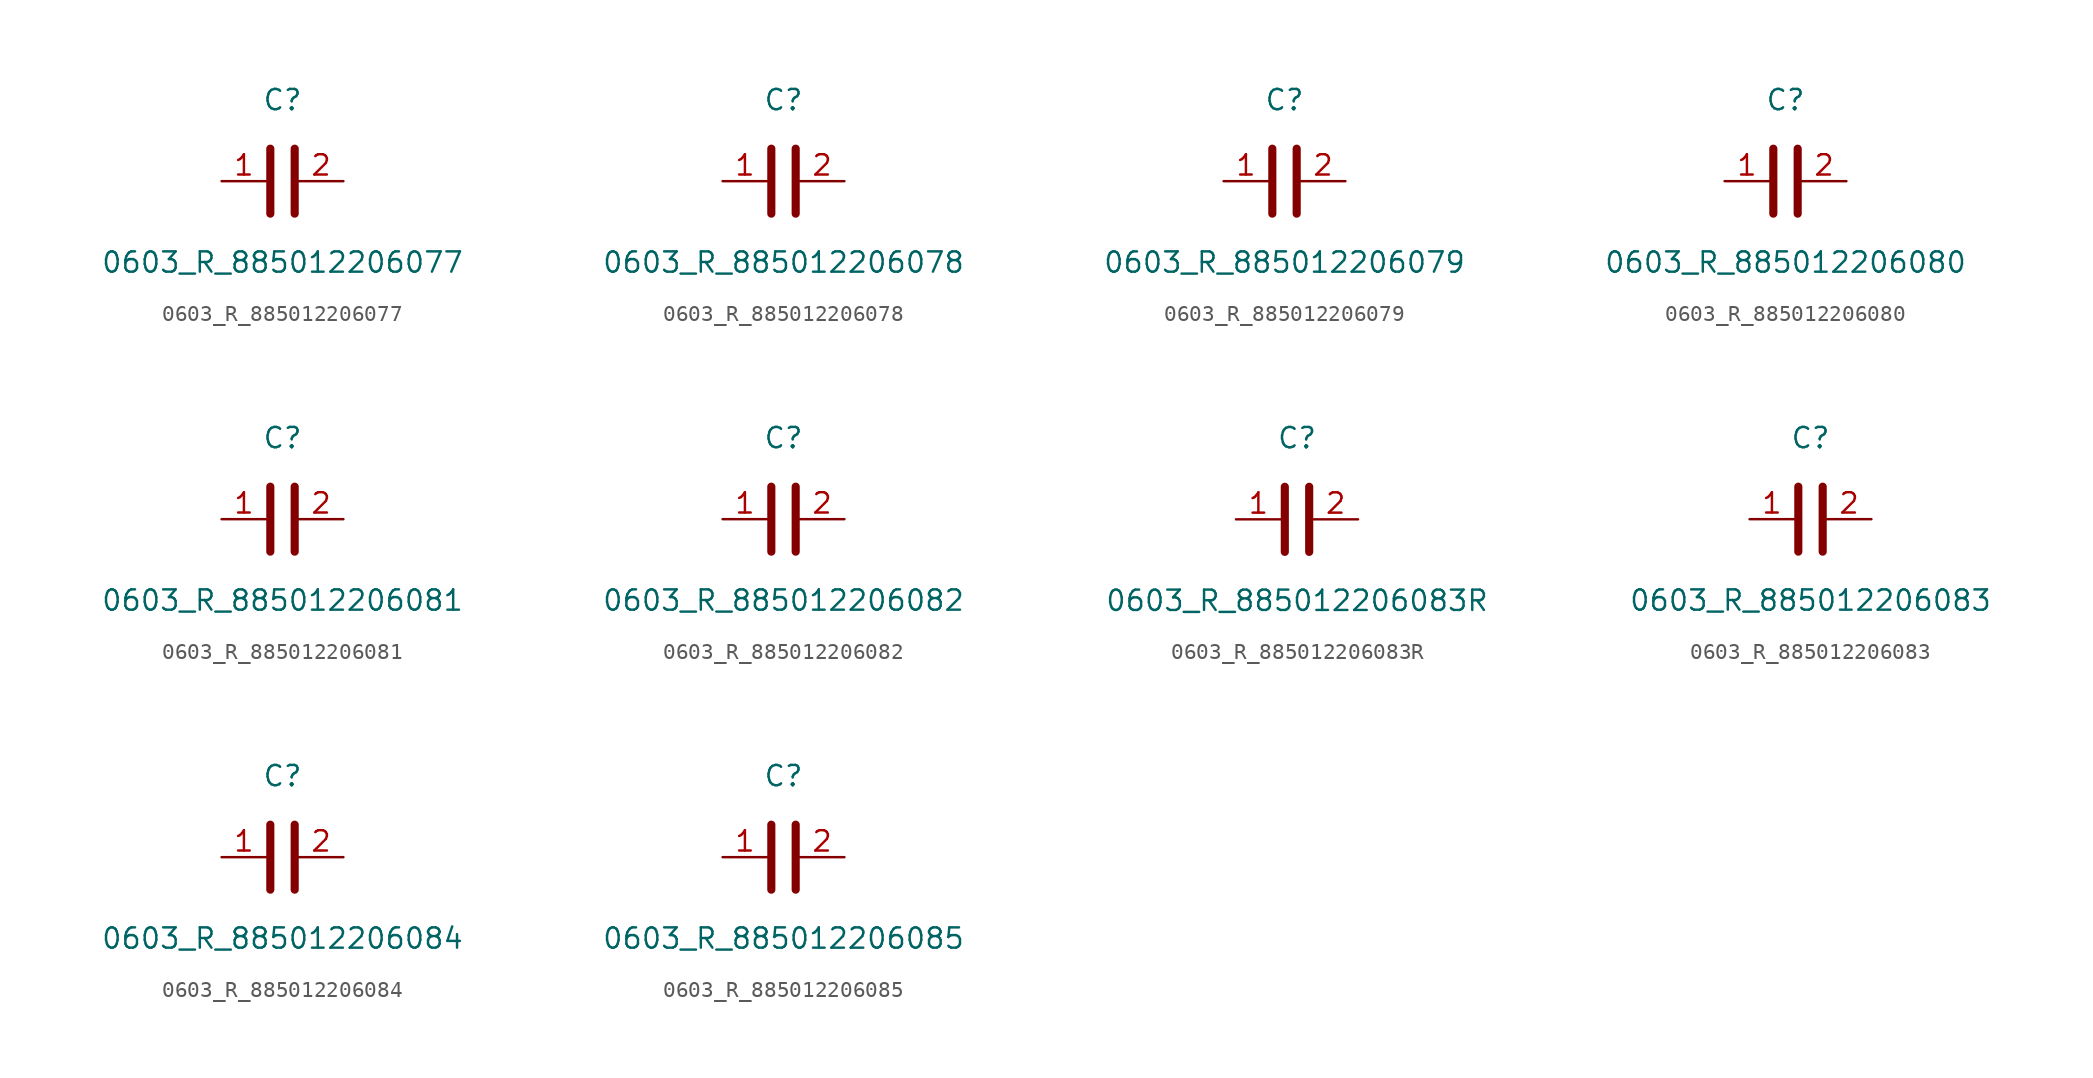
<source format=kicad_sym>
(kicad_symbol_lib
  (version 20220914)
  (generator kicad_symbol_editor)
  (symbol "0603_R_885012206077"
    (pin_names hide)
    (property "Reference" "C"
      (at 0 5.08 0)
      (effects (font (size 1.27 1.27))))
    (property "Value" "0603_R_885012206077"
      (at 0 -5.08 0)
      (effects (font (size 1.27 1.27))))
    (symbol "0603_R_885012206077_0_1"
      (polyline (pts (xy -0.762 -2.032) (xy -0.762 2.032)) (stroke (width 0.508) (type default)) (fill (type none)))
      (polyline (pts (xy 0.762 -2.032) (xy 0.762 2.032)) (stroke (width 0.508) (type default)) (fill (type none))))
    (symbol "0603_R_885012206077_1_1"
      (pin passive line (at -3.81 0 0) (length 2.794) (name "1" (effects (font (size 1.27 1.27)))) (number "1" (effects (font (size 1.27 1.27)))))
      (pin passive line (at 3.81 0 180) (length 2.794) (name "2" (effects (font (size 1.27 1.27)))) (number "2" (effects (font (size 1.27 1.27)))))))
  (symbol "0603_R_885012206078"
    (pin_names hide)
    (property "Reference" "C"
      (at 0 5.08 0)
      (effects (font (size 1.27 1.27))))
    (property "Value" "0603_R_885012206078"
      (at 0 -5.08 0)
      (effects (font (size 1.27 1.27))))
    (symbol "0603_R_885012206078_0_1"
      (polyline (pts (xy -0.762 -2.032) (xy -0.762 2.032)) (stroke (width 0.508) (type default)) (fill (type none)))
      (polyline (pts (xy 0.762 -2.032) (xy 0.762 2.032)) (stroke (width 0.508) (type default)) (fill (type none))))
    (symbol "0603_R_885012206078_1_1"
      (pin passive line (at -3.81 0 0) (length 2.794) (name "1" (effects (font (size 1.27 1.27)))) (number "1" (effects (font (size 1.27 1.27)))))
      (pin passive line (at 3.81 0 180) (length 2.794) (name "2" (effects (font (size 1.27 1.27)))) (number "2" (effects (font (size 1.27 1.27)))))))
  (symbol "0603_R_885012206079"
    (pin_names hide)
    (property "Reference" "C"
      (at 0 5.08 0)
      (effects (font (size 1.27 1.27))))
    (property "Value" "0603_R_885012206079"
      (at 0 -5.08 0)
      (effects (font (size 1.27 1.27))))
    (symbol "0603_R_885012206079_0_1"
      (polyline (pts (xy -0.762 -2.032) (xy -0.762 2.032)) (stroke (width 0.508) (type default)) (fill (type none)))
      (polyline (pts (xy 0.762 -2.032) (xy 0.762 2.032)) (stroke (width 0.508) (type default)) (fill (type none))))
    (symbol "0603_R_885012206079_1_1"
      (pin passive line (at -3.81 0 0) (length 2.794) (name "1" (effects (font (size 1.27 1.27)))) (number "1" (effects (font (size 1.27 1.27)))))
      (pin passive line (at 3.81 0 180) (length 2.794) (name "2" (effects (font (size 1.27 1.27)))) (number "2" (effects (font (size 1.27 1.27)))))))
  (symbol "0603_R_885012206080"
    (pin_names hide)
    (property "Reference" "C"
      (at 0 5.08 0)
      (effects (font (size 1.27 1.27))))
    (property "Value" "0603_R_885012206080"
      (at 0 -5.08 0)
      (effects (font (size 1.27 1.27))))
    (symbol "0603_R_885012206080_0_1"
      (polyline (pts (xy -0.762 -2.032) (xy -0.762 2.032)) (stroke (width 0.508) (type default)) (fill (type none)))
      (polyline (pts (xy 0.762 -2.032) (xy 0.762 2.032)) (stroke (width 0.508) (type default)) (fill (type none))))
    (symbol "0603_R_885012206080_1_1"
      (pin passive line (at -3.81 0 0) (length 2.794) (name "1" (effects (font (size 1.27 1.27)))) (number "1" (effects (font (size 1.27 1.27)))))
      (pin passive line (at 3.81 0 180) (length 2.794) (name "2" (effects (font (size 1.27 1.27)))) (number "2" (effects (font (size 1.27 1.27)))))))
  (symbol "0603_R_885012206081"
    (pin_names hide)
    (property "Reference" "C"
      (at 0 5.08 0)
      (effects (font (size 1.27 1.27))))
    (property "Value" "0603_R_885012206081"
      (at 0 -5.08 0)
      (effects (font (size 1.27 1.27))))
    (symbol "0603_R_885012206081_0_1"
      (polyline (pts (xy -0.762 -2.032) (xy -0.762 2.032)) (stroke (width 0.508) (type default)) (fill (type none)))
      (polyline (pts (xy 0.762 -2.032) (xy 0.762 2.032)) (stroke (width 0.508) (type default)) (fill (type none))))
    (symbol "0603_R_885012206081_1_1"
      (pin passive line (at -3.81 0 0) (length 2.794) (name "1" (effects (font (size 1.27 1.27)))) (number "1" (effects (font (size 1.27 1.27)))))
      (pin passive line (at 3.81 0 180) (length 2.794) (name "2" (effects (font (size 1.27 1.27)))) (number "2" (effects (font (size 1.27 1.27)))))))
  (symbol "0603_R_885012206082"
    (pin_names hide)
    (property "Reference" "C"
      (at 0 5.08 0)
      (effects (font (size 1.27 1.27))))
    (property "Value" "0603_R_885012206082"
      (at 0 -5.08 0)
      (effects (font (size 1.27 1.27))))
    (symbol "0603_R_885012206082_0_1"
      (polyline (pts (xy -0.762 -2.032) (xy -0.762 2.032)) (stroke (width 0.508) (type default)) (fill (type none)))
      (polyline (pts (xy 0.762 -2.032) (xy 0.762 2.032)) (stroke (width 0.508) (type default)) (fill (type none))))
    (symbol "0603_R_885012206082_1_1"
      (pin passive line (at -3.81 0 0) (length 2.794) (name "1" (effects (font (size 1.27 1.27)))) (number "1" (effects (font (size 1.27 1.27)))))
      (pin passive line (at 3.81 0 180) (length 2.794) (name "2" (effects (font (size 1.27 1.27)))) (number "2" (effects (font (size 1.27 1.27)))))))
  (symbol "0603_R_885012206083R"
    (pin_names hide)
    (property "Reference" "C"
      (at 0 5.08 0)
      (effects (font (size 1.27 1.27))))
    (property "Value" "0603_R_885012206083R"
      (at 0 -5.08 0)
      (effects (font (size 1.27 1.27))))
    (symbol "0603_R_885012206083R_0_1"
      (polyline (pts (xy -0.762 -2.032) (xy -0.762 2.032)) (stroke (width 0.508) (type default)) (fill (type none)))
      (polyline (pts (xy 0.762 -2.032) (xy 0.762 2.032)) (stroke (width 0.508) (type default)) (fill (type none))))
    (symbol "0603_R_885012206083R_1_1"
      (pin passive line (at -3.81 0 0) (length 2.794) (name "1" (effects (font (size 1.27 1.27)))) (number "1" (effects (font (size 1.27 1.27)))))
      (pin passive line (at 3.81 0 180) (length 2.794) (name "2" (effects (font (size 1.27 1.27)))) (number "2" (effects (font (size 1.27 1.27)))))))
  (symbol "0603_R_885012206083"
    (pin_names hide)
    (property "Reference" "C"
      (at 0 5.08 0)
      (effects (font (size 1.27 1.27))))
    (property "Value" "0603_R_885012206083"
      (at 0 -5.08 0)
      (effects (font (size 1.27 1.27))))
    (symbol "0603_R_885012206083_0_1"
      (polyline (pts (xy -0.762 -2.032) (xy -0.762 2.032)) (stroke (width 0.508) (type default)) (fill (type none)))
      (polyline (pts (xy 0.762 -2.032) (xy 0.762 2.032)) (stroke (width 0.508) (type default)) (fill (type none))))
    (symbol "0603_R_885012206083_1_1"
      (pin passive line (at -3.81 0 0) (length 2.794) (name "1" (effects (font (size 1.27 1.27)))) (number "1" (effects (font (size 1.27 1.27)))))
      (pin passive line (at 3.81 0 180) (length 2.794) (name "2" (effects (font (size 1.27 1.27)))) (number "2" (effects (font (size 1.27 1.27)))))))
  (symbol "0603_R_885012206084"
    (pin_names hide)
    (property "Reference" "C"
      (at 0 5.08 0)
      (effects (font (size 1.27 1.27))))
    (property "Value" "0603_R_885012206084"
      (at 0 -5.08 0)
      (effects (font (size 1.27 1.27))))
    (symbol "0603_R_885012206084_0_1"
      (polyline (pts (xy -0.762 -2.032) (xy -0.762 2.032)) (stroke (width 0.508) (type default)) (fill (type none)))
      (polyline (pts (xy 0.762 -2.032) (xy 0.762 2.032)) (stroke (width 0.508) (type default)) (fill (type none))))
    (symbol "0603_R_885012206084_1_1"
      (pin passive line (at -3.81 0 0) (length 2.794) (name "1" (effects (font (size 1.27 1.27)))) (number "1" (effects (font (size 1.27 1.27)))))
      (pin passive line (at 3.81 0 180) (length 2.794) (name "2" (effects (font (size 1.27 1.27)))) (number "2" (effects (font (size 1.27 1.27)))))))
  (symbol "0603_R_885012206085"
    (pin_names hide)
    (property "Reference" "C"
      (at 0 5.08 0)
      (effects (font (size 1.27 1.27))))
    (property "Value" "0603_R_885012206085"
      (at 0 -5.08 0)
      (effects (font (size 1.27 1.27))))
    (symbol "0603_R_885012206085_0_1"
      (polyline (pts (xy -0.762 -2.032) (xy -0.762 2.032)) (stroke (width 0.508) (type default)) (fill (type none)))
      (polyline (pts (xy 0.762 -2.032) (xy 0.762 2.032)) (stroke (width 0.508) (type default)) (fill (type none))))
    (symbol "0603_R_885012206085_1_1"
      (pin passive line (at -3.81 0 0) (length 2.794) (name "1" (effects (font (size 1.27 1.27)))) (number "1" (effects (font (size 1.27 1.27)))))
      (pin passive line (at 3.81 0 180) (length 2.794) (name "2" (effects (font (size 1.27 1.27)))) (number "2" (effects (font (size 1.27 1.27))))))))
</source>
